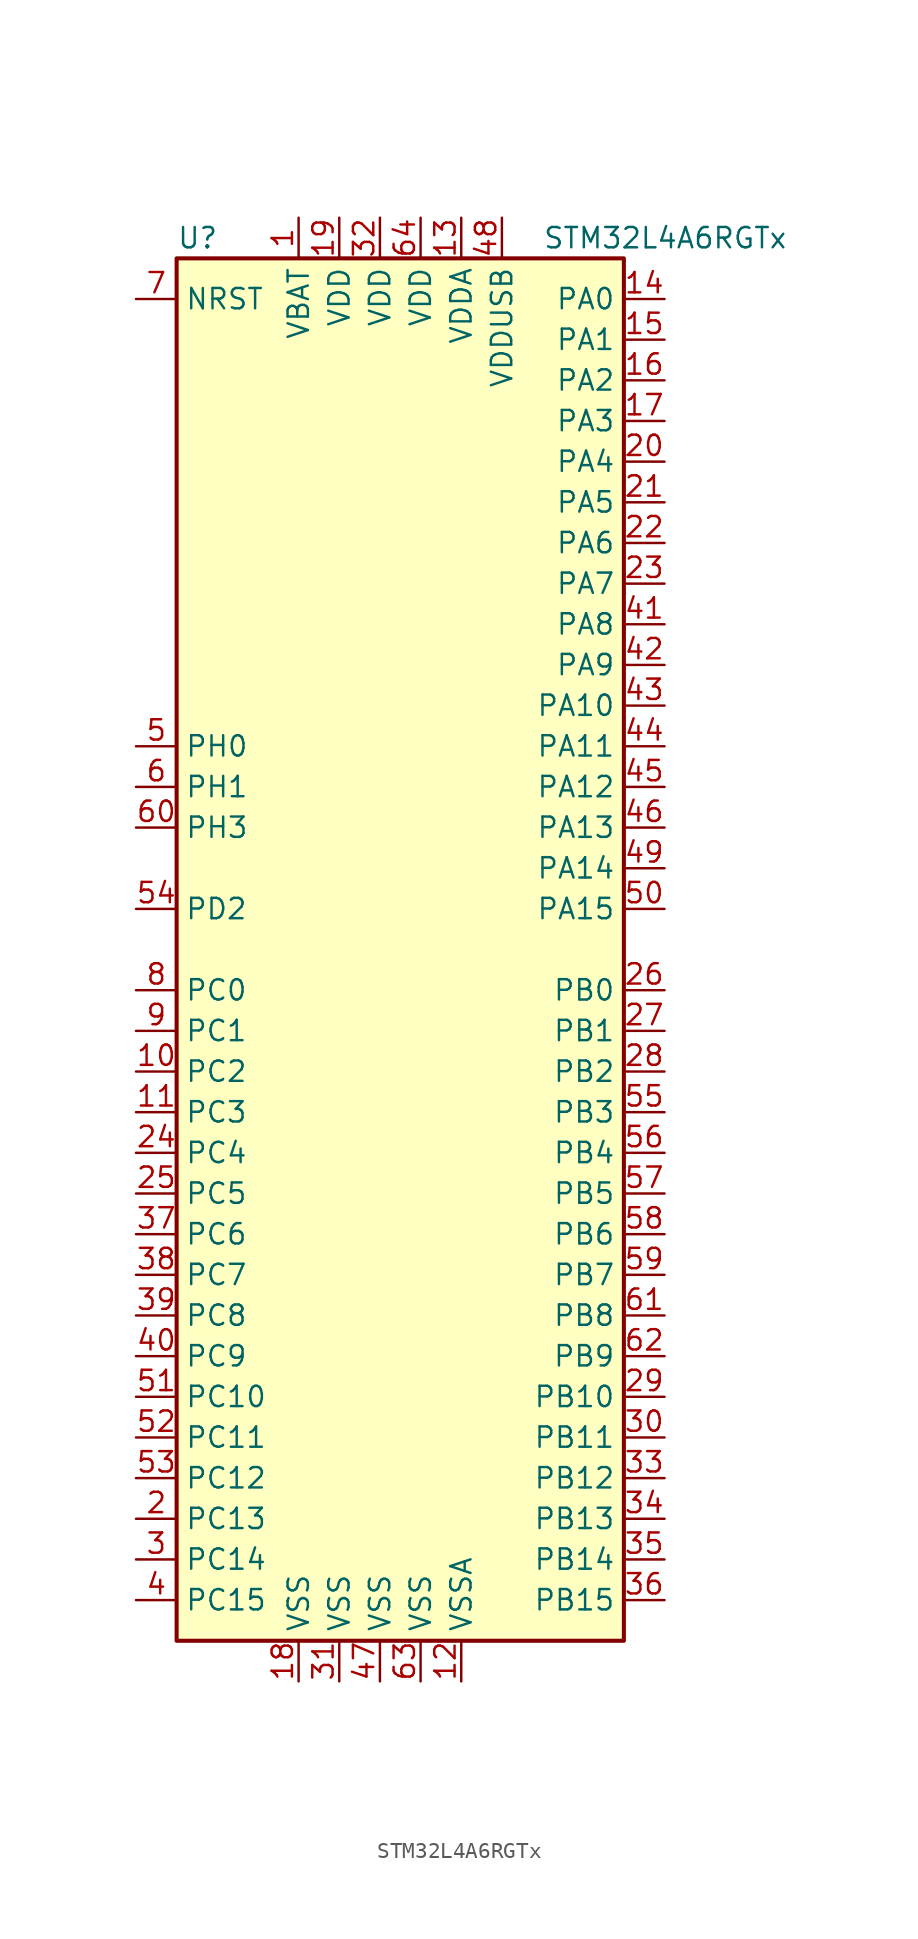
<source format=kicad_sym>
(kicad_symbol_lib
  (version 20201005)
  (generator kicad_symbol_editor)
  (symbol "STM32L4A6RGTx"
    (property "Reference" "U"
      (at -15.24 44.45 0)
      (effects (font (size 1.27 1.27)) (justify left)))
    (property "Value" "STM32L4A6RGTx"
      (at 7.62 44.45 0)
      (effects (font (size 1.27 1.27)) (justify left)))
    (symbol "STM32L4A6RGTx_0_1"
      (rectangle (start -15.24 -43.18) (end 12.7 43.18) (stroke (width 0.254)) (fill (type background))))
    (symbol "STM32L4A6RGTx_1_1"
      (pin power_in line (at -7.62 45.72 270) (length 2.54) (name "VBAT" (effects (font (size 1.27 1.27)))) (number "1" (effects (font (size 1.27 1.27)))))
      (pin bidirectional line (at -17.78 -7.62 0) (length 2.54) (name "PC2" (effects (font (size 1.27 1.27)))) (number "10" (effects (font (size 1.27 1.27)))))
      (pin bidirectional line (at -17.78 -10.16 0) (length 2.54) (name "PC3" (effects (font (size 1.27 1.27)))) (number "11" (effects (font (size 1.27 1.27)))))
      (pin power_in line (at 2.54 -45.72 90) (length 2.54) (name "VSSA" (effects (font (size 1.27 1.27)))) (number "12" (effects (font (size 1.27 1.27)))))
      (pin power_in line (at 2.54 45.72 270) (length 2.54) (name "VDDA" (effects (font (size 1.27 1.27)))) (number "13" (effects (font (size 1.27 1.27)))))
      (pin bidirectional line (at 15.24 40.64 180) (length 2.54) (name "PA0" (effects (font (size 1.27 1.27)))) (number "14" (effects (font (size 1.27 1.27)))))
      (pin bidirectional line (at 15.24 38.1 180) (length 2.54) (name "PA1" (effects (font (size 1.27 1.27)))) (number "15" (effects (font (size 1.27 1.27)))))
      (pin bidirectional line (at 15.24 35.56 180) (length 2.54) (name "PA2" (effects (font (size 1.27 1.27)))) (number "16" (effects (font (size 1.27 1.27)))))
      (pin bidirectional line (at 15.24 33.02 180) (length 2.54) (name "PA3" (effects (font (size 1.27 1.27)))) (number "17" (effects (font (size 1.27 1.27)))))
      (pin power_in line (at -7.62 -45.72 90) (length 2.54) (name "VSS" (effects (font (size 1.27 1.27)))) (number "18" (effects (font (size 1.27 1.27)))))
      (pin power_in line (at -5.08 45.72 270) (length 2.54) (name "VDD" (effects (font (size 1.27 1.27)))) (number "19" (effects (font (size 1.27 1.27)))))
      (pin bidirectional line (at -17.78 -35.56 0) (length 2.54) (name "PC13" (effects (font (size 1.27 1.27)))) (number "2" (effects (font (size 1.27 1.27)))))
      (pin bidirectional line (at 15.24 30.48 180) (length 2.54) (name "PA4" (effects (font (size 1.27 1.27)))) (number "20" (effects (font (size 1.27 1.27)))))
      (pin bidirectional line (at 15.24 27.94 180) (length 2.54) (name "PA5" (effects (font (size 1.27 1.27)))) (number "21" (effects (font (size 1.27 1.27)))))
      (pin bidirectional line (at 15.24 25.4 180) (length 2.54) (name "PA6" (effects (font (size 1.27 1.27)))) (number "22" (effects (font (size 1.27 1.27)))))
      (pin bidirectional line (at 15.24 22.86 180) (length 2.54) (name "PA7" (effects (font (size 1.27 1.27)))) (number "23" (effects (font (size 1.27 1.27)))))
      (pin bidirectional line (at -17.78 -12.7 0) (length 2.54) (name "PC4" (effects (font (size 1.27 1.27)))) (number "24" (effects (font (size 1.27 1.27)))))
      (pin bidirectional line (at -17.78 -15.24 0) (length 2.54) (name "PC5" (effects (font (size 1.27 1.27)))) (number "25" (effects (font (size 1.27 1.27)))))
      (pin bidirectional line (at 15.24 -2.54 180) (length 2.54) (name "PB0" (effects (font (size 1.27 1.27)))) (number "26" (effects (font (size 1.27 1.27)))))
      (pin bidirectional line (at 15.24 -5.08 180) (length 2.54) (name "PB1" (effects (font (size 1.27 1.27)))) (number "27" (effects (font (size 1.27 1.27)))))
      (pin bidirectional line (at 15.24 -7.62 180) (length 2.54) (name "PB2" (effects (font (size 1.27 1.27)))) (number "28" (effects (font (size 1.27 1.27)))))
      (pin bidirectional line (at 15.24 -27.94 180) (length 2.54) (name "PB10" (effects (font (size 1.27 1.27)))) (number "29" (effects (font (size 1.27 1.27)))))
      (pin bidirectional line (at -17.78 -38.1 0) (length 2.54) (name "PC14" (effects (font (size 1.27 1.27)))) (number "3" (effects (font (size 1.27 1.27)))))
      (pin bidirectional line (at 15.24 -30.48 180) (length 2.54) (name "PB11" (effects (font (size 1.27 1.27)))) (number "30" (effects (font (size 1.27 1.27)))))
      (pin power_in line (at -5.08 -45.72 90) (length 2.54) (name "VSS" (effects (font (size 1.27 1.27)))) (number "31" (effects (font (size 1.27 1.27)))))
      (pin power_in line (at -2.54 45.72 270) (length 2.54) (name "VDD" (effects (font (size 1.27 1.27)))) (number "32" (effects (font (size 1.27 1.27)))))
      (pin bidirectional line (at 15.24 -33.02 180) (length 2.54) (name "PB12" (effects (font (size 1.27 1.27)))) (number "33" (effects (font (size 1.27 1.27)))))
      (pin bidirectional line (at 15.24 -35.56 180) (length 2.54) (name "PB13" (effects (font (size 1.27 1.27)))) (number "34" (effects (font (size 1.27 1.27)))))
      (pin bidirectional line (at 15.24 -38.1 180) (length 2.54) (name "PB14" (effects (font (size 1.27 1.27)))) (number "35" (effects (font (size 1.27 1.27)))))
      (pin bidirectional line (at 15.24 -40.64 180) (length 2.54) (name "PB15" (effects (font (size 1.27 1.27)))) (number "36" (effects (font (size 1.27 1.27)))))
      (pin bidirectional line (at -17.78 -17.78 0) (length 2.54) (name "PC6" (effects (font (size 1.27 1.27)))) (number "37" (effects (font (size 1.27 1.27)))))
      (pin bidirectional line (at -17.78 -20.32 0) (length 2.54) (name "PC7" (effects (font (size 1.27 1.27)))) (number "38" (effects (font (size 1.27 1.27)))))
      (pin bidirectional line (at -17.78 -22.86 0) (length 2.54) (name "PC8" (effects (font (size 1.27 1.27)))) (number "39" (effects (font (size 1.27 1.27)))))
      (pin bidirectional line (at -17.78 -40.64 0) (length 2.54) (name "PC15" (effects (font (size 1.27 1.27)))) (number "4" (effects (font (size 1.27 1.27)))))
      (pin bidirectional line (at -17.78 -25.4 0) (length 2.54) (name "PC9" (effects (font (size 1.27 1.27)))) (number "40" (effects (font (size 1.27 1.27)))))
      (pin bidirectional line (at 15.24 20.32 180) (length 2.54) (name "PA8" (effects (font (size 1.27 1.27)))) (number "41" (effects (font (size 1.27 1.27)))))
      (pin bidirectional line (at 15.24 17.78 180) (length 2.54) (name "PA9" (effects (font (size 1.27 1.27)))) (number "42" (effects (font (size 1.27 1.27)))))
      (pin bidirectional line (at 15.24 15.24 180) (length 2.54) (name "PA10" (effects (font (size 1.27 1.27)))) (number "43" (effects (font (size 1.27 1.27)))))
      (pin bidirectional line (at 15.24 12.7 180) (length 2.54) (name "PA11" (effects (font (size 1.27 1.27)))) (number "44" (effects (font (size 1.27 1.27)))))
      (pin bidirectional line (at 15.24 10.16 180) (length 2.54) (name "PA12" (effects (font (size 1.27 1.27)))) (number "45" (effects (font (size 1.27 1.27)))))
      (pin bidirectional line (at 15.24 7.62 180) (length 2.54) (name "PA13" (effects (font (size 1.27 1.27)))) (number "46" (effects (font (size 1.27 1.27)))))
      (pin power_in line (at -2.54 -45.72 90) (length 2.54) (name "VSS" (effects (font (size 1.27 1.27)))) (number "47" (effects (font (size 1.27 1.27)))))
      (pin power_in line (at 5.08 45.72 270) (length 2.54) (name "VDDUSB" (effects (font (size 1.27 1.27)))) (number "48" (effects (font (size 1.27 1.27)))))
      (pin bidirectional line (at 15.24 5.08 180) (length 2.54) (name "PA14" (effects (font (size 1.27 1.27)))) (number "49" (effects (font (size 1.27 1.27)))))
      (pin input line (at -17.78 12.7 0) (length 2.54) (name "PH0" (effects (font (size 1.27 1.27)))) (number "5" (effects (font (size 1.27 1.27)))))
      (pin bidirectional line (at 15.24 2.54 180) (length 2.54) (name "PA15" (effects (font (size 1.27 1.27)))) (number "50" (effects (font (size 1.27 1.27)))))
      (pin bidirectional line (at -17.78 -27.94 0) (length 2.54) (name "PC10" (effects (font (size 1.27 1.27)))) (number "51" (effects (font (size 1.27 1.27)))))
      (pin bidirectional line (at -17.78 -30.48 0) (length 2.54) (name "PC11" (effects (font (size 1.27 1.27)))) (number "52" (effects (font (size 1.27 1.27)))))
      (pin bidirectional line (at -17.78 -33.02 0) (length 2.54) (name "PC12" (effects (font (size 1.27 1.27)))) (number "53" (effects (font (size 1.27 1.27)))))
      (pin bidirectional line (at -17.78 2.54 0) (length 2.54) (name "PD2" (effects (font (size 1.27 1.27)))) (number "54" (effects (font (size 1.27 1.27)))))
      (pin bidirectional line (at 15.24 -10.16 180) (length 2.54) (name "PB3" (effects (font (size 1.27 1.27)))) (number "55" (effects (font (size 1.27 1.27)))))
      (pin bidirectional line (at 15.24 -12.7 180) (length 2.54) (name "PB4" (effects (font (size 1.27 1.27)))) (number "56" (effects (font (size 1.27 1.27)))))
      (pin bidirectional line (at 15.24 -15.24 180) (length 2.54) (name "PB5" (effects (font (size 1.27 1.27)))) (number "57" (effects (font (size 1.27 1.27)))))
      (pin bidirectional line (at 15.24 -17.78 180) (length 2.54) (name "PB6" (effects (font (size 1.27 1.27)))) (number "58" (effects (font (size 1.27 1.27)))))
      (pin bidirectional line (at 15.24 -20.32 180) (length 2.54) (name "PB7" (effects (font (size 1.27 1.27)))) (number "59" (effects (font (size 1.27 1.27)))))
      (pin input line (at -17.78 10.16 0) (length 2.54) (name "PH1" (effects (font (size 1.27 1.27)))) (number "6" (effects (font (size 1.27 1.27)))))
      (pin bidirectional line (at -17.78 7.62 0) (length 2.54) (name "PH3" (effects (font (size 1.27 1.27)))) (number "60" (effects (font (size 1.27 1.27)))))
      (pin bidirectional line (at 15.24 -22.86 180) (length 2.54) (name "PB8" (effects (font (size 1.27 1.27)))) (number "61" (effects (font (size 1.27 1.27)))))
      (pin bidirectional line (at 15.24 -25.4 180) (length 2.54) (name "PB9" (effects (font (size 1.27 1.27)))) (number "62" (effects (font (size 1.27 1.27)))))
      (pin power_in line (at 0 -45.72 90) (length 2.54) (name "VSS" (effects (font (size 1.27 1.27)))) (number "63" (effects (font (size 1.27 1.27)))))
      (pin power_in line (at 0 45.72 270) (length 2.54) (name "VDD" (effects (font (size 1.27 1.27)))) (number "64" (effects (font (size 1.27 1.27)))))
      (pin input line (at -17.78 40.64 0) (length 2.54) (name "NRST" (effects (font (size 1.27 1.27)))) (number "7" (effects (font (size 1.27 1.27)))))
      (pin bidirectional line (at -17.78 -2.54 0) (length 2.54) (name "PC0" (effects (font (size 1.27 1.27)))) (number "8" (effects (font (size 1.27 1.27)))))
      (pin bidirectional line (at -17.78 -5.08 0) (length 2.54) (name "PC1" (effects (font (size 1.27 1.27)))) (number "9" (effects (font (size 1.27 1.27))))))))
</source>
